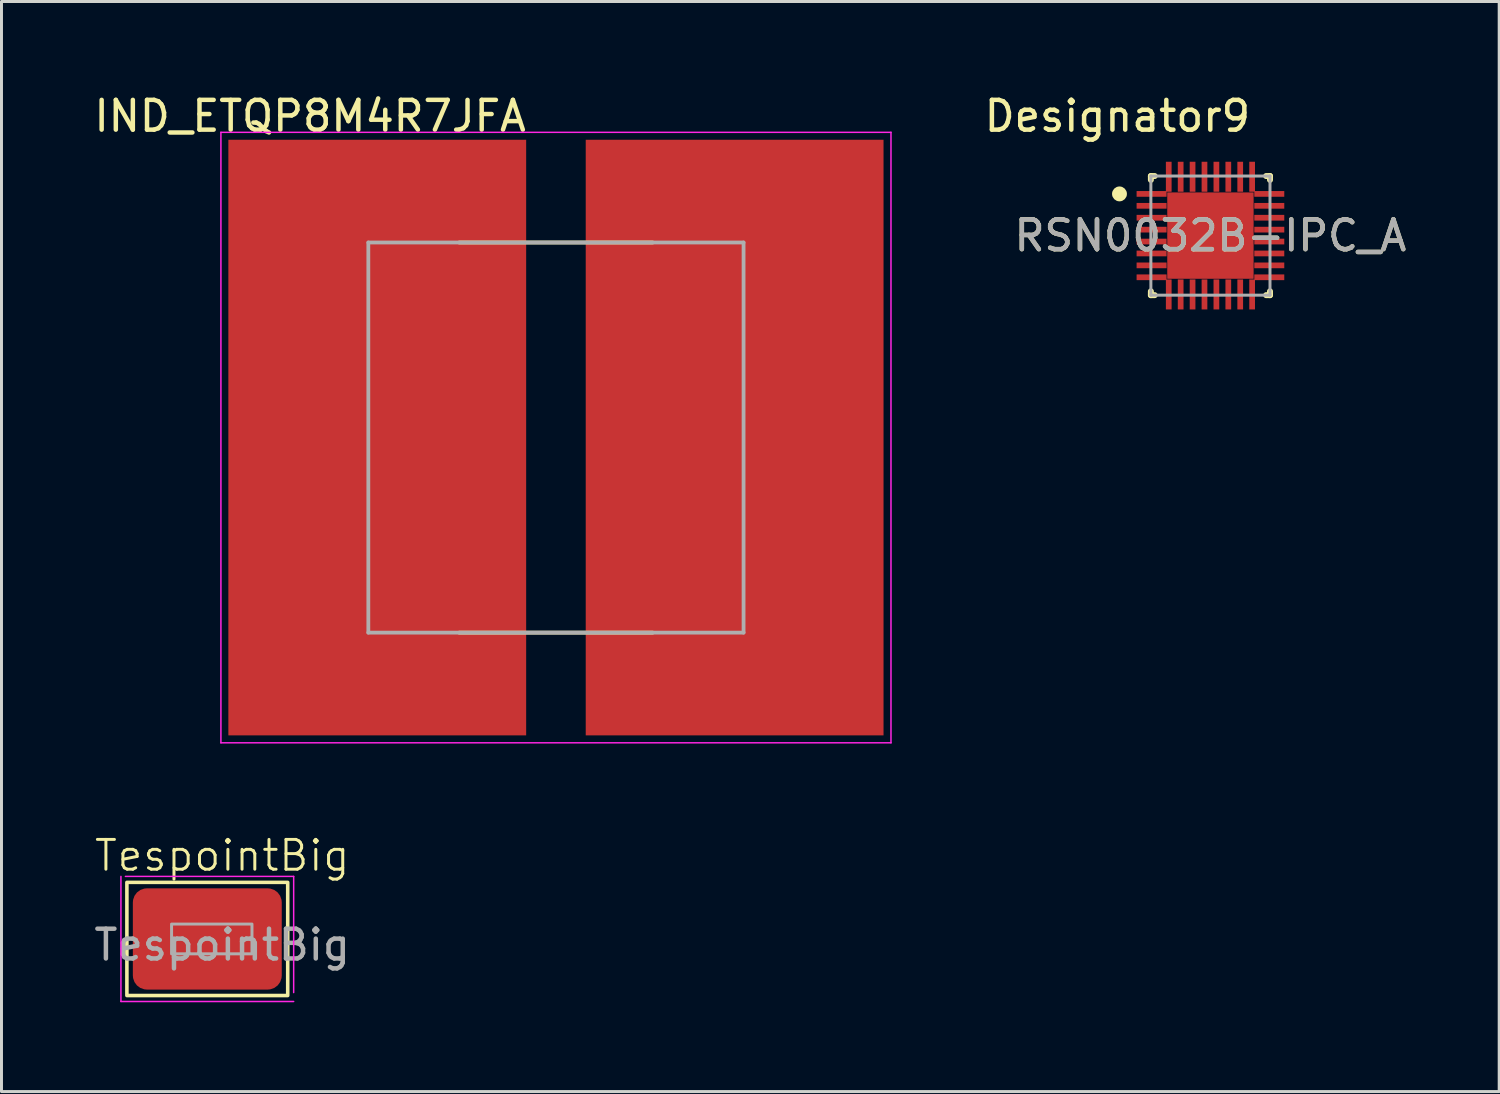
<source format=kicad_pcb>
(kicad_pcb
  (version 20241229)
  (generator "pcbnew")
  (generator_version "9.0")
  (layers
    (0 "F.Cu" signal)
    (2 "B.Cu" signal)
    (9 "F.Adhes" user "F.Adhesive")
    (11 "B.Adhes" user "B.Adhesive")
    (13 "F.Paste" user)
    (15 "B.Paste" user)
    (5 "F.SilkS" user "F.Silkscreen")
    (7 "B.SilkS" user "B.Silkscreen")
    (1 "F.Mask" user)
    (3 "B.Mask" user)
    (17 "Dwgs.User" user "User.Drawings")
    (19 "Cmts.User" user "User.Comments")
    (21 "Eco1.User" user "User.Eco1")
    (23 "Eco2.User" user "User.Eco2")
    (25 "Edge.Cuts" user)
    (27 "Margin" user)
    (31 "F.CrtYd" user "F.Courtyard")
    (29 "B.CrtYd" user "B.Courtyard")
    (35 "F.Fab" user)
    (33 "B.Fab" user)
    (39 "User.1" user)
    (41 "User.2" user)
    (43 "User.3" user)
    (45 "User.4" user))
  (footprint "IND_ETQP8M4R7JFA"
    (layer "F.Cu")
    (at 15.618 11.643)
    (property "Reference" "IND_ETQP8M4R7JFA" (at -8.255 -10.795 0) (layer "F.SilkS") (effects (font (size 1 1) (thickness 0.15))))
    (attr smd)
    (fp_poly (pts (xy -6.8 -7.4) (xy -3.6 -7.4) (xy -3.6 -2) (xy -6.8 -2)) (stroke (width 0.01) (type solid)) (fill yes) (layer "F.Mask"))
    (fp_poly (pts (xy -6.8 2) (xy -3.6 2) (xy -3.6 7.4) (xy -6.8 7.4)) (stroke (width 0.01) (type solid)) (fill yes) (layer "F.Mask"))
    (fp_poly (pts (xy 3.6 -7.4) (xy 6.8 -7.4) (xy 6.8 -2) (xy 3.6 -2)) (stroke (width 0.01) (type solid)) (fill yes) (layer "F.Mask"))
    (fp_poly (pts (xy 3.6 2) (xy 6.8 2) (xy 6.8 7.4) (xy 3.6 7.4)) (stroke (width 0.01) (type solid)) (fill yes) (layer "F.Mask"))
    (fp_line (start -3.25 -6.55) (end 3.25 -6.55) (stroke (width 0.127) (type solid)) (layer "F.SilkS"))
    (fp_line (start -3.25 6.55) (end 3.25 6.55) (stroke (width 0.127) (type solid)) (layer "F.SilkS"))
    (fp_poly (pts (xy -6.8 -7.4) (xy -3.6 -7.4) (xy -3.6 -2) (xy -6.8 -2)) (stroke (width 0.01) (type solid)) (fill yes) (layer "F.Paste"))
    (fp_poly (pts (xy -6.8 2) (xy -3.6 2) (xy -3.6 7.4) (xy -6.8 7.4)) (stroke (width 0.01) (type solid)) (fill yes) (layer "F.Paste"))
    (fp_poly (pts (xy 3.6 -7.4) (xy 6.8 -7.4) (xy 6.8 -2) (xy 3.6 -2)) (stroke (width 0.01) (type solid)) (fill yes) (layer "F.Paste"))
    (fp_poly (pts (xy 3.6 2) (xy 6.8 2) (xy 6.8 7.4) (xy 3.6 7.4)) (stroke (width 0.01) (type solid)) (fill yes) (layer "F.Paste"))
    (fp_line (start -11.25 -10.25) (end 11.25 -10.25) (stroke (width 0.05) (type solid)) (layer "F.CrtYd"))
    (fp_line (start -11.25 10.25) (end -11.25 -10.25) (stroke (width 0.05) (type solid)) (layer "F.CrtYd"))
    (fp_line (start 11.25 -10.25) (end 11.25 10.25) (stroke (width 0.05) (type solid)) (layer "F.CrtYd"))
    (fp_line (start 11.25 10.25) (end -11.25 10.25) (stroke (width 0.05) (type solid)) (layer "F.CrtYd"))
    (fp_line (start -6.3 -6.55) (end 6.3 -6.55) (stroke (width 0.127) (type solid)) (layer "F.Fab"))
    (fp_line (start -6.3 6.55) (end -6.3 -6.55) (stroke (width 0.127) (type solid)) (layer "F.Fab"))
    (fp_line (start 6.3 -6.55) (end 6.3 6.55) (stroke (width 0.127) (type solid)) (layer "F.Fab"))
    (fp_line (start 6.3 6.55) (end -6.3 6.55) (stroke (width 0.127) (type solid)) (layer "F.Fab"))
    (pad "1" smd rect (at -6 0) (size 10 20) (layers "F.Cu"))
    (pad "2" smd rect (at 6 0) (size 10 20) (layers "F.Cu"))
    (zone (net_name "") (layer "F.Cu") (hatch full 0.508) (connect_pads) (min_thickness 0.01) (filled_areas_thickness no) (keepout (tracks not_allowed) (vias not_allowed) (pads not_allowed) (copperpour not_allowed) (footprints allowed)) (placement (enabled no)) (fill) (polygon (pts (xy 14.618 1.643) (xy 16.618 1.643) (xy 16.618 21.643) (xy 14.618 21.643))))
    (zone (net_name "") (layers "F.Cu" "B.Cu") (hatch full 0.508) (connect_pads) (min_thickness 0.01) (filled_areas_thickness no) (keepout (tracks allowed) (vias not_allowed) (pads allowed) (copperpour allowed) (footprints allowed)) (placement (enabled no)) (fill) (polygon (pts (xy 14.618 1.643) (xy 16.618 1.643) (xy 16.618 21.643) (xy 14.618 21.643)))))
  (footprint "RSN0032B-IPC_A"
    (layer "F.Cu")
    (at 37.595 4.861)
    (property "Reference" "RSN0032B-IPC_A" (at 0 0 0) (unlocked yes) (layer "F.SilkS") (effects (font (size 1 1) (thickness 0.15))))
    (attr smd)
    (fp_line (start -2 -2) (end -1.871 -2) (stroke (width 0.2) (type solid)) (layer "F.SilkS"))
    (fp_line (start -2 -1.871) (end -2 -2) (stroke (width 0.2) (type solid)) (layer "F.SilkS"))
    (fp_line (start -2 2) (end -2 1.871) (stroke (width 0.2) (type solid)) (layer "F.SilkS"))
    (fp_line (start -2 2) (end -1.871 2) (stroke (width 0.2) (type solid)) (layer "F.SilkS"))
    (fp_line (start 1.871 -2) (end 2 -2) (stroke (width 0.2) (type solid)) (layer "F.SilkS"))
    (fp_line (start 1.871 2) (end 2 2) (stroke (width 0.2) (type solid)) (layer "F.SilkS"))
    (fp_line (start 2 -1.871) (end 2 -2) (stroke (width 0.2) (type solid)) (layer "F.SilkS"))
    (fp_line (start 2 2) (end 2 1.871) (stroke (width 0.2) (type solid)) (layer "F.SilkS"))
    (fp_circle (center -3.054 -1.4) (end -2.929 -1.4) (stroke (width 0.25) (type solid)) (fill no) (layer "F.SilkS"))
    (fp_poly (pts (xy -0.917 0.917) (xy 0.917 0.917) (xy 0.917 -0.917) (xy -0.917 -0.917)) (stroke (width 0) (type solid)) (fill yes) (layer "F.Paste"))
    (fp_line (start -2 -2) (end 2 -2) (stroke (width 0.1) (type solid)) (layer "F.Fab"))
    (fp_line (start -2 2) (end -2 -2) (stroke (width 0.1) (type solid)) (layer "F.Fab"))
    (fp_line (start -2 2) (end 2 2) (stroke (width 0.1) (type solid)) (layer "F.Fab"))
    (fp_line (start 2 2) (end 2 -2) (stroke (width 0.1) (type solid)) (layer "F.Fab"))
    (fp_text user "Designator9" (at -3.124 -4.013 0) (unlocked yes) (layer "F.SilkS") (effects (font (size 1 1) (thickness 0.15))))
    (fp_text user "${REFERENCE}" (at 0 0 0) (unlocked yes) (layer "F.Fab") (effects (font (size 1 1) (thickness 0.15))))
    (pad "1" smd rect (at -1.976 -1.4 90) (size 0.192 1.007) (layers "F.Cu" "F.Mask" "F.Paste"))
    (pad "2" smd rect (at -1.976 -1 90) (size 0.192 1.007) (layers "F.Cu" "F.Mask" "F.Paste"))
    (pad "3" smd rect (at -1.976 -0.6 90) (size 0.192 1.007) (layers "F.Cu" "F.Mask" "F.Paste"))
    (pad "4" smd rect (at -1.976 -0.2 90) (size 0.192 1.007) (layers "F.Cu" "F.Mask" "F.Paste"))
    (pad "5" smd rect (at -1.976 0.2 90) (size 0.192 1.007) (layers "F.Cu" "F.Mask" "F.Paste"))
    (pad "6" smd rect (at -1.976 0.6 90) (size 0.192 1.007) (layers "F.Cu" "F.Mask" "F.Paste"))
    (pad "7" smd rect (at -1.976 1 90) (size 0.192 1.007) (layers "F.Cu" "F.Mask" "F.Paste"))
    (pad "8" smd rect (at -1.976 1.4 90) (size 0.192 1.007) (layers "F.Cu" "F.Mask" "F.Paste"))
    (pad "9" smd rect (at -1.4 1.976) (size 0.192 1.007) (layers "F.Cu" "F.Mask" "F.Paste"))
    (pad "10" smd rect (at -1 1.976) (size 0.192 1.007) (layers "F.Cu" "F.Mask" "F.Paste"))
    (pad "11" smd rect (at -0.6 1.976) (size 0.192 1.007) (layers "F.Cu" "F.Mask" "F.Paste"))
    (pad "12" smd rect (at -0.2 1.976) (size 0.192 1.007) (layers "F.Cu" "F.Mask" "F.Paste"))
    (pad "13" smd rect (at 0.2 1.976) (size 0.192 1.007) (layers "F.Cu" "F.Mask" "F.Paste"))
    (pad "14" smd rect (at 0.6 1.976) (size 0.192 1.007) (layers "F.Cu" "F.Mask" "F.Paste"))
    (pad "15" smd rect (at 1 1.976) (size 0.192 1.007) (layers "F.Cu" "F.Mask" "F.Paste"))
    (pad "16" smd rect (at 1.4 1.976) (size 0.192 1.007) (layers "F.Cu" "F.Mask" "F.Paste"))
    (pad "17" smd rect (at 1.976 1.4 90) (size 0.192 1.007) (layers "F.Cu" "F.Mask" "F.Paste"))
    (pad "18" smd rect (at 1.976 1 90) (size 0.192 1.007) (layers "F.Cu" "F.Mask" "F.Paste"))
    (pad "19" smd rect (at 1.976 0.6 90) (size 0.192 1.007) (layers "F.Cu" "F.Mask" "F.Paste"))
    (pad "20" smd rect (at 1.976 0.2 90) (size 0.192 1.007) (layers "F.Cu" "F.Mask" "F.Paste"))
    (pad "21" smd rect (at 1.976 -0.2 90) (size 0.192 1.007) (layers "F.Cu" "F.Mask" "F.Paste"))
    (pad "22" smd rect (at 1.976 -0.6 90) (size 0.192 1.007) (layers "F.Cu" "F.Mask" "F.Paste"))
    (pad "23" smd rect (at 1.976 -1 90) (size 0.192 1.007) (layers "F.Cu" "F.Mask" "F.Paste"))
    (pad "24" smd rect (at 1.976 -1.4 90) (size 0.192 1.007) (layers "F.Cu" "F.Mask" "F.Paste"))
    (pad "25" smd rect (at 1.4 -1.976) (size 0.192 1.007) (layers "F.Cu" "F.Mask" "F.Paste"))
    (pad "26" smd rect (at 1 -1.976) (size 0.192 1.007) (layers "F.Cu" "F.Mask" "F.Paste"))
    (pad "27" smd rect (at 0.6 -1.976) (size 0.192 1.007) (layers "F.Cu" "F.Mask" "F.Paste"))
    (pad "28" smd rect (at 0.2 -1.976) (size 0.192 1.007) (layers "F.Cu" "F.Mask" "F.Paste"))
    (pad "29" smd rect (at -0.2 -1.976) (size 0.192 1.007) (layers "F.Cu" "F.Mask" "F.Paste"))
    (pad "30" smd rect (at -0.6 -1.976) (size 0.192 1.007) (layers "F.Cu" "F.Mask" "F.Paste"))
    (pad "31" smd rect (at -1 -1.976) (size 0.192 1.007) (layers "F.Cu" "F.Mask" "F.Paste"))
    (pad "32" smd rect (at -1.4 -1.976) (size 0.192 1.007) (layers "F.Cu" "F.Mask" "F.Paste"))
    (pad "33" smd rect (at 0 0) (size 2.9 2.9) (layers "F.Cu" "F.Mask")))
  (footprint "TespointBig"
    (layer "F.Cu")
    (at 4.411 26.179)
    (property "Reference" "TespointBig" (at 0 -0.5 0) (unlocked yes) (layer "F.SilkS") (effects (font (size 1 1) (thickness 0.1))))
    (attr smd)
    (fp_rect (start -3.2 0.4) (end 2.2 4.2) (stroke (width 0.12) (type default)) (fill no) (layer "F.SilkS"))
    (fp_line (start -3.4 4.4) (end -3.4 0.2) (stroke (width 0.05) (type solid)) (layer "F.CrtYd"))
    (fp_line (start -3.25 0.2) (end 2.4 0.2) (stroke (width 0.05) (type solid)) (layer "F.CrtYd"))
    (fp_line (start 2.4 0.2) (end 2.4 4.1) (stroke (width 0.05) (type solid)) (layer "F.CrtYd"))
    (fp_line (start 2.4 4.4) (end -3.4 4.4) (stroke (width 0.05) (type solid)) (layer "F.CrtYd"))
    (fp_rect (start -1.7 1.8) (end 1 2.8) (stroke (width 0.1) (type default)) (fill no) (layer "F.Fab"))
    (fp_text user "${REFERENCE}" (at 0 2.5 0) (unlocked yes) (layer "F.Fab") (effects (font (size 1 1) (thickness 0.15))))
    (pad "1" smd roundrect (at -0.5 2.3) (size 5 3.4) (layers "F.Cu" "F.Mask" "F.Paste") (roundrect_rratio 0.139)))
  (gr_rect
    (start -3 -3)
    (end 47.291 33.604)
    (stroke (width 0.1) (type default))
    (fill no)
    (layer "Edge.Cuts")))
</source>
